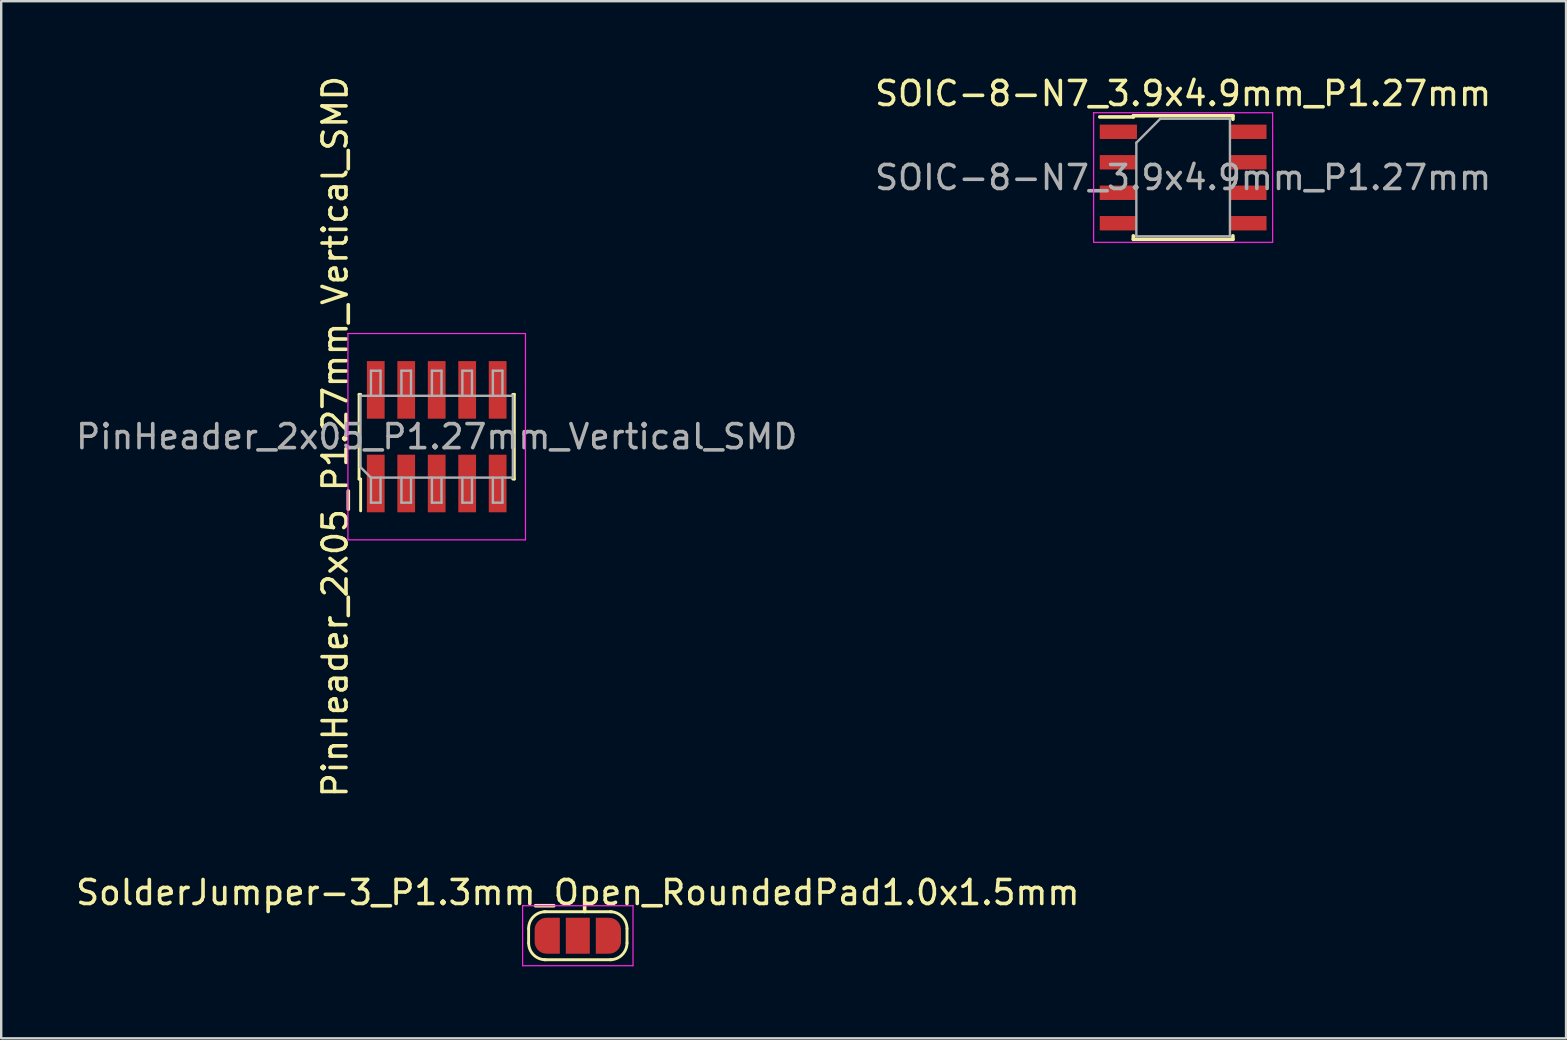
<source format=kicad_pcb>
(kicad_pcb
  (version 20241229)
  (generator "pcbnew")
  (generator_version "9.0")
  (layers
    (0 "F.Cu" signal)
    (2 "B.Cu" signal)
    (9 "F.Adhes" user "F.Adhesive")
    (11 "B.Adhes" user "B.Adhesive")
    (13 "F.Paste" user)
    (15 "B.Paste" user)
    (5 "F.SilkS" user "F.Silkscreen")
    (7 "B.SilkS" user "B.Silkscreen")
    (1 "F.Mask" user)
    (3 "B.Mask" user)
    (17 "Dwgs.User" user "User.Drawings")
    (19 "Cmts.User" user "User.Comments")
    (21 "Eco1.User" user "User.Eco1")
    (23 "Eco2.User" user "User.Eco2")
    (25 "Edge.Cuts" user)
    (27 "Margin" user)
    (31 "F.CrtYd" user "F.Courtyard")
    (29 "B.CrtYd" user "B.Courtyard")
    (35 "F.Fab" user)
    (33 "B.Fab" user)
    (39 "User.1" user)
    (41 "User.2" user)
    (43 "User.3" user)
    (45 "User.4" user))
  (footprint "SOIC-8-N7_3.9x4.9mm_P1.27mm"
    (layer "F.Cu")
    (at 46.256 4.348)
    (property "Reference" "SOIC-8-N7_3.9x4.9mm_P1.27mm" (at 0 -3.5 0) (layer "F.SilkS") (effects (font (size 1 1) (thickness 0.15))))
    (attr smd)
    (fp_line (start -2.075 -2.575) (end -2.075 -2.525) (stroke (width 0.15) (type solid)) (layer "F.SilkS"))
    (fp_line (start -2.075 -2.575) (end 2.075 -2.575) (stroke (width 0.15) (type solid)) (layer "F.SilkS"))
    (fp_line (start -2.075 -2.525) (end -3.475 -2.525) (stroke (width 0.15) (type solid)) (layer "F.SilkS"))
    (fp_line (start -2.075 2.575) (end -2.075 2.43) (stroke (width 0.15) (type solid)) (layer "F.SilkS"))
    (fp_line (start -2.075 2.575) (end 2.075 2.575) (stroke (width 0.15) (type solid)) (layer "F.SilkS"))
    (fp_line (start 2.075 -2.575) (end 2.075 -2.43) (stroke (width 0.15) (type solid)) (layer "F.SilkS"))
    (fp_line (start 2.075 2.575) (end 2.075 2.43) (stroke (width 0.15) (type solid)) (layer "F.SilkS"))
    (fp_line (start -3.73 -2.7) (end -3.73 2.7) (stroke (width 0.05) (type solid)) (layer "F.CrtYd"))
    (fp_line (start -3.73 -2.7) (end 3.73 -2.7) (stroke (width 0.05) (type solid)) (layer "F.CrtYd"))
    (fp_line (start -3.73 2.7) (end 3.73 2.7) (stroke (width 0.05) (type solid)) (layer "F.CrtYd"))
    (fp_line (start 3.73 -2.7) (end 3.73 2.7) (stroke (width 0.05) (type solid)) (layer "F.CrtYd"))
    (fp_line (start -1.95 -1.45) (end -0.95 -2.45) (stroke (width 0.1) (type solid)) (layer "F.Fab"))
    (fp_line (start -1.95 2.45) (end -1.95 -1.45) (stroke (width 0.1) (type solid)) (layer "F.Fab"))
    (fp_line (start -0.95 -2.45) (end 1.95 -2.45) (stroke (width 0.1) (type solid)) (layer "F.Fab"))
    (fp_line (start 1.95 -2.45) (end 1.95 2.45) (stroke (width 0.1) (type solid)) (layer "F.Fab"))
    (fp_line (start 1.95 2.45) (end -1.95 2.45) (stroke (width 0.1) (type solid)) (layer "F.Fab"))
    (fp_text user "${REFERENCE}" (at 0 0 0) (layer "F.Fab") (effects (font (size 1 1) (thickness 0.15))))
    (pad "1" smd rect (at -2.7 -1.905) (size 1.55 0.6) (layers "F.Cu" "F.Mask" "F.Paste"))
    (pad "2" smd rect (at -2.7 -0.635) (size 1.55 0.6) (layers "F.Cu" "F.Mask" "F.Paste"))
    (pad "3" smd rect (at -2.7 0.635) (size 1.55 0.6) (layers "F.Cu" "F.Mask" "F.Paste"))
    (pad "4" smd rect (at -2.7 1.905) (size 1.55 0.6) (layers "F.Cu" "F.Mask" "F.Paste"))
    (pad "5" smd rect (at 2.7 1.905) (size 1.55 0.6) (layers "F.Cu" "F.Mask" "F.Paste"))
    (pad "6" smd rect (at 2.7 0.635) (size 1.55 0.6) (layers "F.Cu" "F.Mask" "F.Paste"))
    (pad "7" smd rect (at 2.7 -0.635) (size 1.55 0.6) (layers "F.Cu" "F.Mask" "F.Paste"))
    (pad "8" smd rect (at 2.7 -1.905) (size 1.55 0.6) (layers "F.Cu" "F.Mask" "F.Paste")))
  (footprint "PinHeader_2x05_P1.27mm_Vertical_SMD"
    (layer "F.Cu")
    (at 15.149 15.149)
    (property "Reference" "PinHeader_2x05_P1.27mm_Vertical_SMD" (at -4.235 0 90) (layer "F.SilkS") (effects (font (size 1 1) (thickness 0.15))))
    (attr smd)
    (fp_line (start -3.235 -1.765) (end -3.17 -1.765) (stroke (width 0.12) (type solid)) (layer "F.SilkS"))
    (fp_line (start -3.235 1.765) (end -3.235 -1.765) (stroke (width 0.12) (type solid)) (layer "F.SilkS"))
    (fp_line (start -3.235 1.765) (end -3.17 1.765) (stroke (width 0.12) (type solid)) (layer "F.SilkS"))
    (fp_line (start -3.17 3.09) (end -3.17 1.765) (stroke (width 0.12) (type solid)) (layer "F.SilkS"))
    (fp_line (start 3.17 -1.765) (end 3.235 -1.765) (stroke (width 0.12) (type solid)) (layer "F.SilkS"))
    (fp_line (start 3.17 1.765) (end 3.235 1.765) (stroke (width 0.12) (type solid)) (layer "F.SilkS"))
    (fp_line (start 3.235 1.765) (end 3.235 -1.765) (stroke (width 0.12) (type solid)) (layer "F.SilkS"))
    (fp_line (start -3.7 -4.3) (end -3.7 4.3) (stroke (width 0.05) (type solid)) (layer "F.CrtYd"))
    (fp_line (start -3.7 4.3) (end 3.7 4.3) (stroke (width 0.05) (type solid)) (layer "F.CrtYd"))
    (fp_line (start 3.7 -4.3) (end -3.7 -4.3) (stroke (width 0.05) (type solid)) (layer "F.CrtYd"))
    (fp_line (start 3.7 4.3) (end 3.7 -4.3) (stroke (width 0.05) (type solid)) (layer "F.CrtYd"))
    (fp_line (start -3.175 -1.705) (end 3.175 -1.705) (stroke (width 0.1) (type solid)) (layer "F.Fab"))
    (fp_line (start -3.175 1.27) (end -3.175 -1.705) (stroke (width 0.1) (type solid)) (layer "F.Fab"))
    (fp_line (start -2.74 -2.75) (end -2.34 -2.75) (stroke (width 0.1) (type solid)) (layer "F.Fab"))
    (fp_line (start -2.74 -1.705) (end -2.74 -2.75) (stroke (width 0.1) (type solid)) (layer "F.Fab"))
    (fp_line (start -2.74 1.705) (end -3.175 1.27) (stroke (width 0.1) (type solid)) (layer "F.Fab"))
    (fp_line (start -2.74 1.705) (end -2.74 2.75) (stroke (width 0.1) (type solid)) (layer "F.Fab"))
    (fp_line (start -2.74 2.75) (end -2.34 2.75) (stroke (width 0.1) (type solid)) (layer "F.Fab"))
    (fp_line (start -2.34 -2.75) (end -2.34 -1.705) (stroke (width 0.1) (type solid)) (layer "F.Fab"))
    (fp_line (start -2.34 2.75) (end -2.34 1.705) (stroke (width 0.1) (type solid)) (layer "F.Fab"))
    (fp_line (start -1.47 -2.75) (end -1.07 -2.75) (stroke (width 0.1) (type solid)) (layer "F.Fab"))
    (fp_line (start -1.47 -1.705) (end -1.47 -2.75) (stroke (width 0.1) (type solid)) (layer "F.Fab"))
    (fp_line (start -1.47 1.705) (end -1.47 2.75) (stroke (width 0.1) (type solid)) (layer "F.Fab"))
    (fp_line (start -1.47 2.75) (end -1.07 2.75) (stroke (width 0.1) (type solid)) (layer "F.Fab"))
    (fp_line (start -1.07 -2.75) (end -1.07 -1.705) (stroke (width 0.1) (type solid)) (layer "F.Fab"))
    (fp_line (start -1.07 2.75) (end -1.07 1.705) (stroke (width 0.1) (type solid)) (layer "F.Fab"))
    (fp_line (start -0.2 -2.75) (end 0.2 -2.75) (stroke (width 0.1) (type solid)) (layer "F.Fab"))
    (fp_line (start -0.2 -1.705) (end -0.2 -2.75) (stroke (width 0.1) (type solid)) (layer "F.Fab"))
    (fp_line (start -0.2 1.705) (end -0.2 2.75) (stroke (width 0.1) (type solid)) (layer "F.Fab"))
    (fp_line (start -0.2 2.75) (end 0.2 2.75) (stroke (width 0.1) (type solid)) (layer "F.Fab"))
    (fp_line (start 0.2 -2.75) (end 0.2 -1.705) (stroke (width 0.1) (type solid)) (layer "F.Fab"))
    (fp_line (start 0.2 2.75) (end 0.2 1.705) (stroke (width 0.1) (type solid)) (layer "F.Fab"))
    (fp_line (start 1.07 -2.75) (end 1.47 -2.75) (stroke (width 0.1) (type solid)) (layer "F.Fab"))
    (fp_line (start 1.07 -1.705) (end 1.07 -2.75) (stroke (width 0.1) (type solid)) (layer "F.Fab"))
    (fp_line (start 1.07 1.705) (end 1.07 2.75) (stroke (width 0.1) (type solid)) (layer "F.Fab"))
    (fp_line (start 1.07 2.75) (end 1.47 2.75) (stroke (width 0.1) (type solid)) (layer "F.Fab"))
    (fp_line (start 1.47 -2.75) (end 1.47 -1.705) (stroke (width 0.1) (type solid)) (layer "F.Fab"))
    (fp_line (start 1.47 2.75) (end 1.47 1.705) (stroke (width 0.1) (type solid)) (layer "F.Fab"))
    (fp_line (start 2.34 -2.75) (end 2.74 -2.75) (stroke (width 0.1) (type solid)) (layer "F.Fab"))
    (fp_line (start 2.34 -1.705) (end 2.34 -2.75) (stroke (width 0.1) (type solid)) (layer "F.Fab"))
    (fp_line (start 2.34 1.705) (end 2.34 2.75) (stroke (width 0.1) (type solid)) (layer "F.Fab"))
    (fp_line (start 2.34 2.75) (end 2.74 2.75) (stroke (width 0.1) (type solid)) (layer "F.Fab"))
    (fp_line (start 2.74 -2.75) (end 2.74 -1.705) (stroke (width 0.1) (type solid)) (layer "F.Fab"))
    (fp_line (start 2.74 2.75) (end 2.74 1.705) (stroke (width 0.1) (type solid)) (layer "F.Fab"))
    (fp_line (start 3.175 -1.705) (end 3.175 1.705) (stroke (width 0.1) (type solid)) (layer "F.Fab"))
    (fp_line (start 3.175 1.705) (end -2.74 1.705) (stroke (width 0.1) (type solid)) (layer "F.Fab"))
    (fp_text user "${REFERENCE}" (at 0 0 180) (layer "F.Fab") (effects (font (size 1 1) (thickness 0.15))))
    (pad "1" smd rect (at -2.54 1.95) (size 0.74 2.4) (layers "F.Cu" "F.Mask" "F.Paste"))
    (pad "2" smd rect (at -2.54 -1.95) (size 0.74 2.4) (layers "F.Cu" "F.Mask" "F.Paste"))
    (pad "3" smd rect (at -1.27 1.95) (size 0.74 2.4) (layers "F.Cu" "F.Mask" "F.Paste"))
    (pad "4" smd rect (at -1.27 -1.95) (size 0.74 2.4) (layers "F.Cu" "F.Mask" "F.Paste"))
    (pad "5" smd rect (at 0 1.95) (size 0.74 2.4) (layers "F.Cu" "F.Mask" "F.Paste"))
    (pad "6" smd rect (at 0 -1.95) (size 0.74 2.4) (layers "F.Cu" "F.Mask" "F.Paste"))
    (pad "7" smd rect (at 1.27 1.95) (size 0.74 2.4) (layers "F.Cu" "F.Mask" "F.Paste"))
    (pad "8" smd rect (at 1.27 -1.95) (size 0.74 2.4) (layers "F.Cu" "F.Mask" "F.Paste"))
    (pad "9" smd rect (at 2.54 1.95) (size 0.74 2.4) (layers "F.Cu" "F.Mask" "F.Paste"))
    (pad "10" smd rect (at 2.54 -1.95) (size 0.74 2.4) (layers "F.Cu" "F.Mask" "F.Paste")))
  (footprint "SolderJumper-3_P1.3mm_Open_RoundedPad1.0x1.5mm"
    (layer "F.Cu")
    (at 21.03 35.946)
    (property "Reference" "SolderJumper-3_P1.3mm_Open_RoundedPad1.0x1.5mm" (at 0 -1.8 0) (layer "F.SilkS") (effects (font (size 1 1) (thickness 0.15))))
    (attr exclude_from_pos_files exclude_from_bom)
    (fp_line (start -2.05 0.3) (end -2.05 -0.3) (stroke (width 0.12) (type solid)) (layer "F.SilkS"))
    (fp_line (start -1.4 -1) (end 1.4 -1) (stroke (width 0.12) (type solid)) (layer "F.SilkS"))
    (fp_line (start 1.4 1) (end -1.4 1) (stroke (width 0.12) (type solid)) (layer "F.SilkS"))
    (fp_line (start 2.05 -0.3) (end 2.05 0.3) (stroke (width 0.12) (type solid)) (layer "F.SilkS"))
    (fp_arc (start -2.05 -0.3) (mid -1.844975 -0.794975) (end -1.35 -1) (stroke (width 0.12) (type solid)) (layer "F.SilkS"))
    (fp_arc (start -1.35 1) (mid -1.844975 0.794975) (end -2.05 0.3) (stroke (width 0.12) (type solid)) (layer "F.SilkS"))
    (fp_arc (start 1.35 -1) (mid 1.844975 -0.794975) (end 2.05 -0.3) (stroke (width 0.12) (type solid)) (layer "F.SilkS"))
    (fp_arc (start 2.05 0.3) (mid 1.844975 0.794975) (end 1.35 1) (stroke (width 0.12) (type solid)) (layer "F.SilkS"))
    (fp_line (start -2.3 -1.25) (end -2.3 1.25) (stroke (width 0.05) (type solid)) (layer "F.CrtYd"))
    (fp_line (start -2.3 -1.25) (end 2.3 -1.25) (stroke (width 0.05) (type solid)) (layer "F.CrtYd"))
    (fp_line (start 2.3 1.25) (end -2.3 1.25) (stroke (width 0.05) (type solid)) (layer "F.CrtYd"))
    (fp_line (start 2.3 1.25) (end 2.3 -1.25) (stroke (width 0.05) (type solid)) (layer "F.CrtYd"))
    (pad "1" smd custom (at -1.3 0) (size 1 0.5) (layers "F.Cu" "F.Mask") (options (anchor rect)) (primitives (gr_circle (center 0 0.25) (end 0.5 0.25) (width 0) (fill yes)) (gr_circle (center 0 -0.25) (end 0.5 -0.25) (width 0) (fill yes)) (gr_poly (pts (xy 0.55 -0.75) (xy 0 -0.75) (xy 0 0.75) (xy 0.55 0.75)) (width 0) (fill yes))))
    (pad "2" smd rect (at 0 0) (size 1 1.5) (layers "F.Cu" "F.Mask"))
    (pad "3" smd custom (at 1.3 0) (size 1 0.5) (layers "F.Cu" "F.Mask") (options (anchor rect)) (primitives (gr_circle (center 0 0.25) (end 0.5 0.25) (width 0) (fill yes)) (gr_circle (center 0 -0.25) (end 0.5 -0.25) (width 0) (fill yes)) (gr_poly (pts (xy -0.55 -0.75) (xy 0 -0.75) (xy 0 0.75) (xy -0.55 0.75)) (width 0) (fill yes)))))
  (gr_rect
    (start -3 -3)
    (end 62.214 40.221)
    (stroke (width 0.1) (type default))
    (fill no)
    (layer "Edge.Cuts")))
</source>
